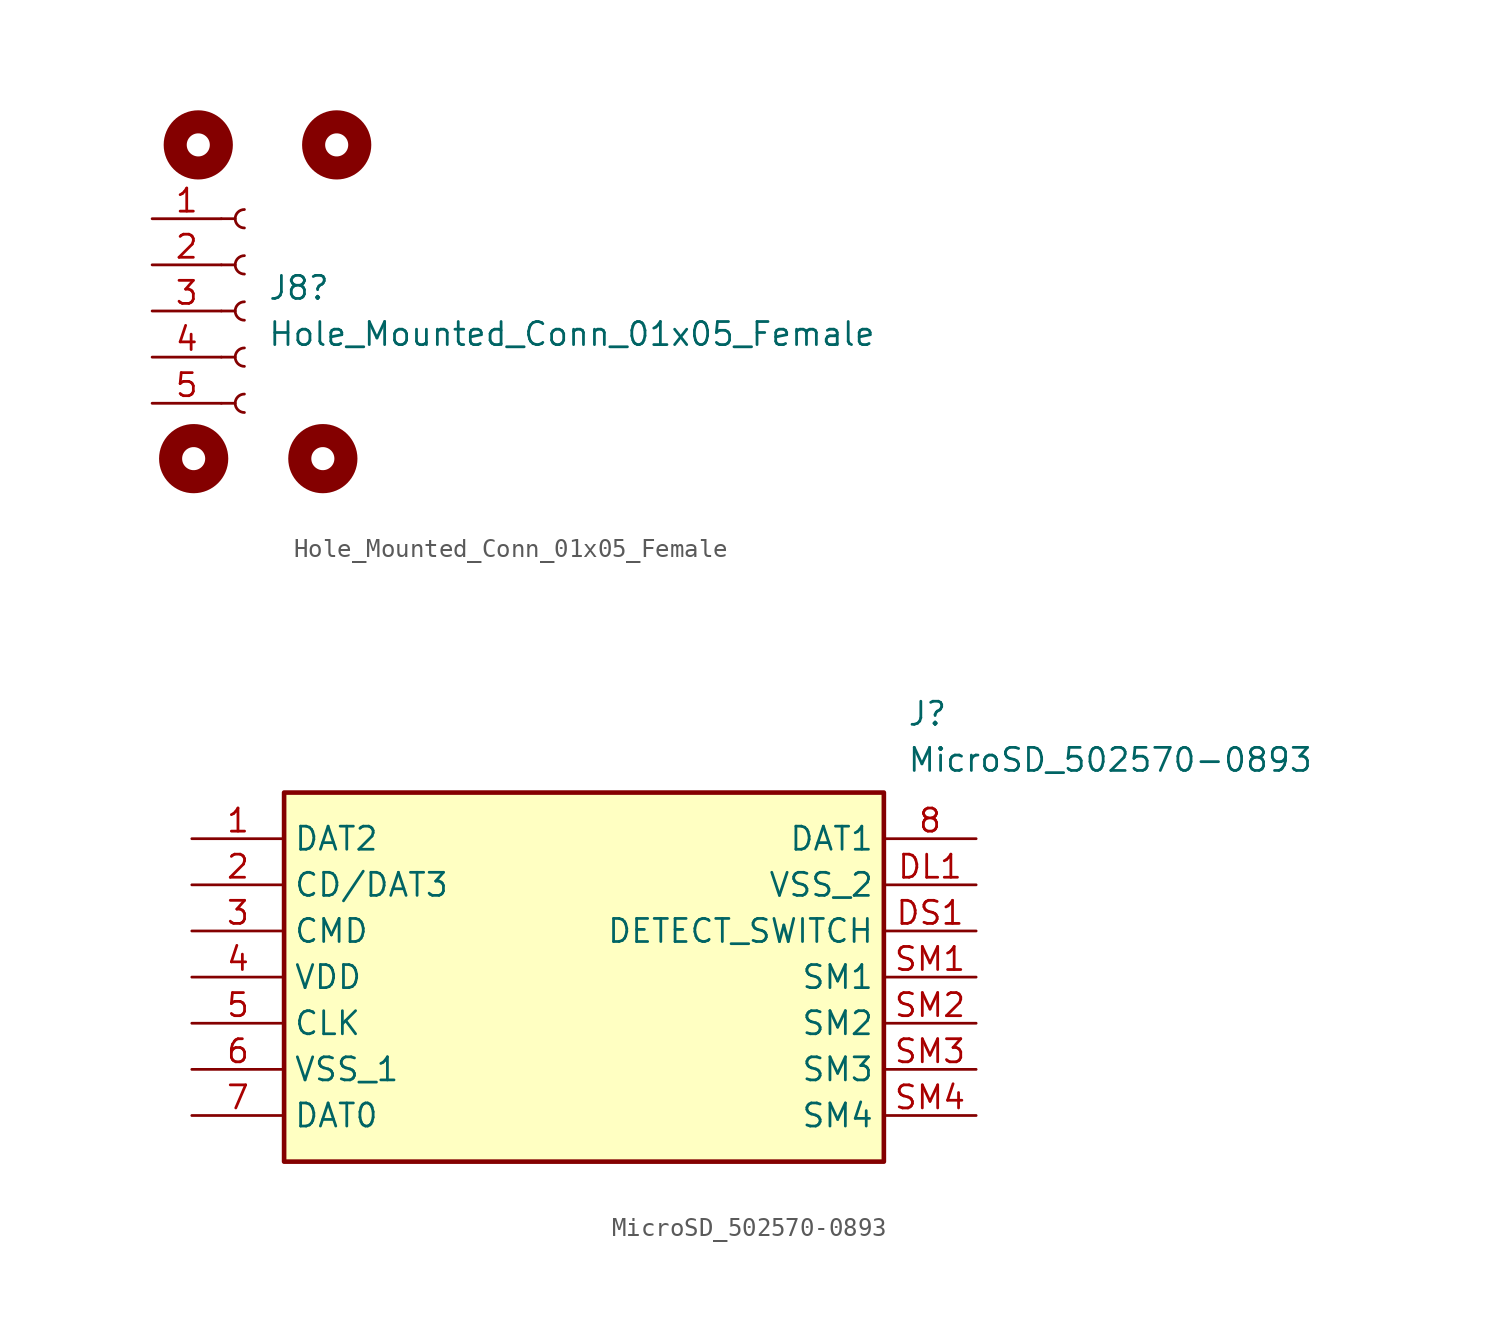
<source format=kicad_sym>
(kicad_symbol_lib
  (version 20231120)
  (generator "kicad_symbol_editor")
  (generator_version "8.0")
  (symbol "Hole_Mounted_Conn_01x05_Female"
    (pin_names
      (offset 1.016) hide)
    (property "Reference" "J8"
      (at 1.27 1.27 0)
      (effects (font (size 1.27 1.27)) (justify left)))
    (property "Value" "Hole_Mounted_Conn_01x05_Female"
      (at 1.27 -1.27 0)
      (effects (font (size 1.27 1.27)) (justify left)))
    (symbol "Hole_Mounted_Conn_01x05_Female_0_1"
      (circle (center -2.794 -8.128) (radius 1.27) (stroke (width 1.27) (type default)) (fill (type none)))
      (circle (center -2.54 9.144) (radius 1.27) (stroke (width 1.27) (type default)) (fill (type none)))
      (circle (center 4.318 -8.128) (radius 1.27) (stroke (width 1.27) (type default)) (fill (type none)))
      (circle (center 5.08 9.144) (radius 1.27) (stroke (width 1.27) (type default)) (fill (type none))))
    (symbol "Hole_Mounted_Conn_01x05_Female_1_1"
      (arc (start 0 -4.572) (mid -0.5058 -5.08) (end 0 -5.588) (stroke (width 0.1524) (type default)) (fill (type none)))
      (arc (start 0 -2.032) (mid -0.5058 -2.54) (end 0 -3.048) (stroke (width 0.1524) (type default)) (fill (type none)))
      (polyline (pts (xy -1.27 -5.08) (xy -0.508 -5.08)) (stroke (width 0.152) (type default)) (fill (type none)))
      (polyline (pts (xy -1.27 -2.54) (xy -0.508 -2.54)) (stroke (width 0.152) (type default)) (fill (type none)))
      (polyline (pts (xy -1.27 0) (xy -0.508 0)) (stroke (width 0.152) (type default)) (fill (type none)))
      (polyline (pts (xy -1.27 2.54) (xy -0.508 2.54)) (stroke (width 0.152) (type default)) (fill (type none)))
      (polyline (pts (xy -1.27 5.08) (xy -0.508 5.08)) (stroke (width 0.152) (type default)) (fill (type none)))
      (arc (start 0 0.508) (mid -0.5058 0) (end 0 -0.508) (stroke (width 0.1524) (type default)) (fill (type none)))
      (arc (start 0 3.048) (mid -0.5058 2.54) (end 0 2.032) (stroke (width 0.1524) (type default)) (fill (type none)))
      (arc (start 0 5.588) (mid -0.5058 5.08) (end 0 4.572) (stroke (width 0.1524) (type default)) (fill (type none)))
      (pin passive line (at -5.08 5.08 0) (length 3.81) (name "Pin_1" (effects (font (size 1.27 1.27)))) (number "1" (effects (font (size 1.27 1.27)))))
      (pin passive line (at -5.08 2.54 0) (length 3.81) (name "Pin_2" (effects (font (size 1.27 1.27)))) (number "2" (effects (font (size 1.27 1.27)))))
      (pin passive line (at -5.08 0 0) (length 3.81) (name "Pin_3" (effects (font (size 1.27 1.27)))) (number "3" (effects (font (size 1.27 1.27)))))
      (pin passive line (at -5.08 -2.54 0) (length 3.81) (name "Pin_4" (effects (font (size 1.27 1.27)))) (number "4" (effects (font (size 1.27 1.27)))))
      (pin passive line (at -5.08 -5.08 0) (length 3.81) (name "Pin_5" (effects (font (size 1.27 1.27)))) (number "5" (effects (font (size 1.27 1.27)))))))
  (symbol "MicroSD_502570-0893"
    (property "Reference" "J"
      (at 39.37 7.62 0)
      (effects (font (size 1.27 1.27)) (justify left top)))
    (property "Value" "MicroSD_502570-0893"
      (at 39.37 5.08 0)
      (effects (font (size 1.27 1.27)) (justify left top)))
    (symbol "MicroSD_502570-0893_1_1"
      (rectangle (start 5.08 2.54) (end 38.1 -17.78) (stroke (width 0.254) (type default)) (fill (type background)))
      (pin passive line (at 0 0 0) (length 5.08) (name "DAT2" (effects (font (size 1.27 1.27)))) (number "1" (effects (font (size 1.27 1.27)))))
      (pin passive line (at 0 -2.54 0) (length 5.08) (name "CD/DAT3" (effects (font (size 1.27 1.27)))) (number "2" (effects (font (size 1.27 1.27)))))
      (pin passive line (at 0 -5.08 0) (length 5.08) (name "CMD" (effects (font (size 1.27 1.27)))) (number "3" (effects (font (size 1.27 1.27)))))
      (pin passive line (at 0 -7.62 0) (length 5.08) (name "VDD" (effects (font (size 1.27 1.27)))) (number "4" (effects (font (size 1.27 1.27)))))
      (pin passive line (at 0 -10.16 0) (length 5.08) (name "CLK" (effects (font (size 1.27 1.27)))) (number "5" (effects (font (size 1.27 1.27)))))
      (pin passive line (at 0 -12.7 0) (length 5.08) (name "VSS_1" (effects (font (size 1.27 1.27)))) (number "6" (effects (font (size 1.27 1.27)))))
      (pin passive line (at 0 -15.24 0) (length 5.08) (name "DAT0" (effects (font (size 1.27 1.27)))) (number "7" (effects (font (size 1.27 1.27)))))
      (pin passive line (at 43.18 0 180) (length 5.08) (name "DAT1" (effects (font (size 1.27 1.27)))) (number "8" (effects (font (size 1.27 1.27)))))
      (pin passive line (at 43.18 -2.54 180) (length 5.08) (name "VSS_2" (effects (font (size 1.27 1.27)))) (number "DL1" (effects (font (size 1.27 1.27)))))
      (pin passive line (at 43.18 -5.08 180) (length 5.08) (name "DETECT_SWITCH" (effects (font (size 1.27 1.27)))) (number "DS1" (effects (font (size 1.27 1.27)))))
      (pin passive line (at 43.18 -7.62 180) (length 5.08) (name "SM1" (effects (font (size 1.27 1.27)))) (number "SM1" (effects (font (size 1.27 1.27)))))
      (pin passive line (at 43.18 -10.16 180) (length 5.08) (name "SM2" (effects (font (size 1.27 1.27)))) (number "SM2" (effects (font (size 1.27 1.27)))))
      (pin passive line (at 43.18 -12.7 180) (length 5.08) (name "SM3" (effects (font (size 1.27 1.27)))) (number "SM3" (effects (font (size 1.27 1.27)))))
      (pin passive line (at 43.18 -15.24 180) (length 5.08) (name "SM4" (effects (font (size 1.27 1.27)))) (number "SM4" (effects (font (size 1.27 1.27))))))))
</source>
